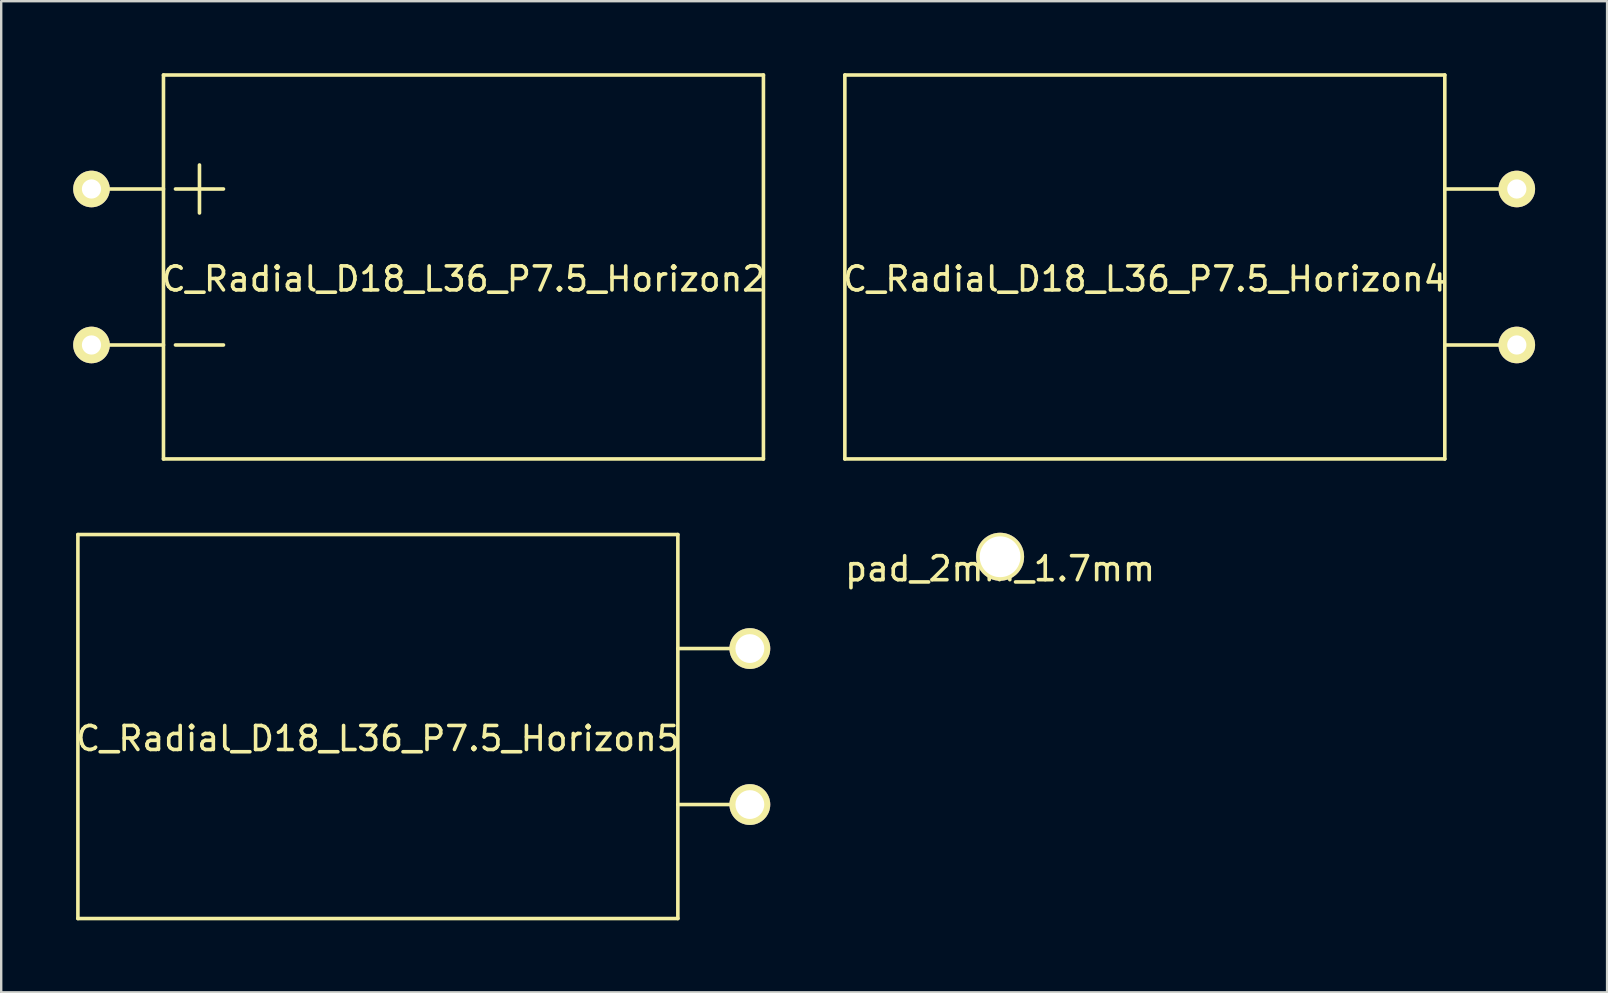
<source format=kicad_pcb>
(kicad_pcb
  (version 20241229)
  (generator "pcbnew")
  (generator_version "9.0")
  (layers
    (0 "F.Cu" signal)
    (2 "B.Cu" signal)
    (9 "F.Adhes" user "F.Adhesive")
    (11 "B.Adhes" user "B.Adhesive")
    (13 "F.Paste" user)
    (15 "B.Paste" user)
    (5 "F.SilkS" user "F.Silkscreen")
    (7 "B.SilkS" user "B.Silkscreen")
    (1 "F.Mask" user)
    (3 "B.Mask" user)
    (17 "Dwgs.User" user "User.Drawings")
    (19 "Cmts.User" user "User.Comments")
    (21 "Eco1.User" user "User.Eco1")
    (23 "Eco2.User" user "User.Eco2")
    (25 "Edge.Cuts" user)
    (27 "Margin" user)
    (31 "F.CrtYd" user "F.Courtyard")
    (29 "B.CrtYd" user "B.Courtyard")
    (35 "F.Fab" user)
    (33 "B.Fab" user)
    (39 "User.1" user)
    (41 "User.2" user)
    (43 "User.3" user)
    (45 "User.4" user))
  (footprint "pad_2mm_1.7mm"
    (layer "F.Cu")
    (at 38.624 20.15)
    (property "Reference" "pad_2mm_1.7mm" (at 0 0.5 0) (layer "F.SilkS") (effects (font (size 1 1) (thickness 0.15))))
    (attr through_hole)
    (pad "1" thru_hole circle (at 0 0) (size 2 2) (drill 1.7) (layers "*.Cu" "*.Mask" "F.SilkS")))
  (footprint "C_Radial_D18_L36_P7.5_Horizon5"
    (layer "F.Cu")
    (at 12.696 26.725)
    (property "Reference" "C_Radial_D18_L36_P7.5_Horizon5" (at 0 1 0) (layer "F.SilkS") (effects (font (size 1 1) (thickness 0.15))))
    (attr through_hole)
    (fp_line (start -12.5 -7.5) (end -12.5 8.5) (stroke (width 0.15) (type solid)) (layer "F.SilkS"))
    (fp_line (start -12.5 8.5) (end 12.5 8.5) (stroke (width 0.15) (type solid)) (layer "F.SilkS"))
    (fp_line (start 12.5 -7.5) (end -12.5 -7.5) (stroke (width 0.15) (type solid)) (layer "F.SilkS"))
    (fp_line (start 12.5 -2.75) (end 15.5 -2.75) (stroke (width 0.15) (type solid)) (layer "F.SilkS"))
    (fp_line (start 12.5 3.75) (end 15.5 3.75) (stroke (width 0.15) (type solid)) (layer "F.SilkS"))
    (fp_line (start 12.5 8.5) (end 12.5 -7.5) (stroke (width 0.15) (type solid)) (layer "F.SilkS"))
    (pad "1" thru_hole circle (at 15.5 -2.75 180) (size 1.7 1.7) (drill 1.2) (layers "*.Cu" "*.Mask" "F.SilkS"))
    (pad "2" thru_hole circle (at 15.5 3.75 180) (size 1.7 1.7) (drill 1.2) (layers "*.Cu" "*.Mask" "F.SilkS")))
  (footprint "C_Radial_D18_L36_P7.5_Horizon2"
    (layer "F.Cu")
    (at 16.262 8.075)
    (property "Reference" "C_Radial_D18_L36_P7.5_Horizon2" (at 0 0.5 0) (layer "F.SilkS") (effects (font (size 1 1) (thickness 0.15))))
    (attr through_hole)
    (fp_line (start -12.5 -8) (end 12.5 -8) (stroke (width 0.15) (type solid)) (layer "F.SilkS"))
    (fp_line (start -12.5 -3.25) (end -15.5 -3.25) (stroke (width 0.15) (type solid)) (layer "F.SilkS"))
    (fp_line (start -12.5 3.25) (end -15.5 3.25) (stroke (width 0.15) (type solid)) (layer "F.SilkS"))
    (fp_line (start -12.5 8) (end -12.5 -8) (stroke (width 0.15) (type solid)) (layer "F.SilkS"))
    (fp_line (start -12 -3.25) (end -10 -3.25) (stroke (width 0.15) (type solid)) (layer "F.SilkS"))
    (fp_line (start -12 3.25) (end -10 3.25) (stroke (width 0.15) (type solid)) (layer "F.SilkS"))
    (fp_line (start -11 -4.25) (end -11 -2.25) (stroke (width 0.15) (type solid)) (layer "F.SilkS"))
    (fp_line (start 12.5 -8) (end 12.5 8) (stroke (width 0.15) (type solid)) (layer "F.SilkS"))
    (fp_line (start 12.5 8) (end -12.5 8) (stroke (width 0.15) (type solid)) (layer "F.SilkS"))
    (pad "1" thru_hole circle (at -15.5 -3.25) (size 1.524 1.524) (drill 0.8) (layers "*.Cu" "*.Mask" "F.SilkS"))
    (pad "2" thru_hole circle (at -15.5 3.25) (size 1.524 1.524) (drill 0.8) (layers "*.Cu" "*.Mask" "F.SilkS")))
  (footprint "C_Radial_D18_L36_P7.5_Horizon4"
    (layer "F.Cu")
    (at 44.655 7.575)
    (property "Reference" "C_Radial_D18_L36_P7.5_Horizon4" (at 0 1 0) (layer "F.SilkS") (effects (font (size 1 1) (thickness 0.15))))
    (attr through_hole)
    (fp_line (start -12.5 -7.5) (end -12.5 8.5) (stroke (width 0.15) (type solid)) (layer "F.SilkS"))
    (fp_line (start -12.5 8.5) (end 12.5 8.5) (stroke (width 0.15) (type solid)) (layer "F.SilkS"))
    (fp_line (start 12.5 -7.5) (end -12.5 -7.5) (stroke (width 0.15) (type solid)) (layer "F.SilkS"))
    (fp_line (start 12.5 -2.75) (end 15.5 -2.75) (stroke (width 0.15) (type solid)) (layer "F.SilkS"))
    (fp_line (start 12.5 3.75) (end 15.5 3.75) (stroke (width 0.15) (type solid)) (layer "F.SilkS"))
    (fp_line (start 12.5 8.5) (end 12.5 -7.5) (stroke (width 0.15) (type solid)) (layer "F.SilkS"))
    (pad "1" thru_hole circle (at 15.5 -2.75 180) (size 1.524 1.524) (drill 0.8) (layers "*.Cu" "*.Mask" "F.SilkS"))
    (pad "2" thru_hole circle (at 15.5 3.75 180) (size 1.524 1.524) (drill 0.8) (layers "*.Cu" "*.Mask" "F.SilkS")))
  (gr_rect
    (start -3 -3)
    (end 63.917 38.3)
    (stroke (width 0.1) (type default))
    (fill no)
    (layer "Edge.Cuts")))
</source>
